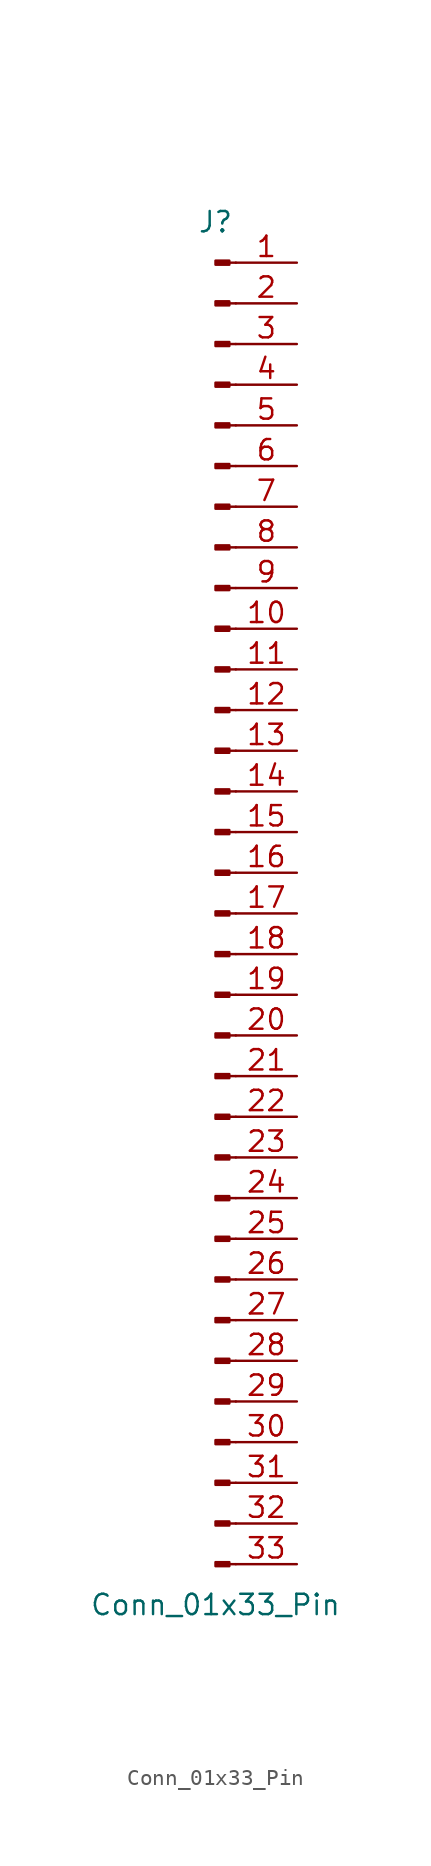
<source format=kicad_sym>
(kicad_symbol_lib
  (version 20220914)
  (generator kicad_symbol_editor)
  (symbol "Conn_01x33_Pin"
    (pin_names
      (offset 1.016) hide)
    (property "Reference" "J"
      (at 0 43.18 0)
      (effects (font (size 1.27 1.27))))
    (property "Value" "Conn_01x33_Pin"
      (at 0 -43.18 0)
      (effects (font (size 1.27 1.27))))
    (property "ki_locked" ""
      (at 0 0 0)
      (effects (font (size 1.27 1.27))))
    (symbol "Conn_01x33_Pin_1_1"
      (polyline (pts (xy 1.27 -40.64) (xy 0.864 -40.64)) (stroke (width 0.152) (type default)) (fill (type none)))
      (polyline (pts (xy 1.27 -38.1) (xy 0.864 -38.1)) (stroke (width 0.152) (type default)) (fill (type none)))
      (polyline (pts (xy 1.27 -35.56) (xy 0.864 -35.56)) (stroke (width 0.152) (type default)) (fill (type none)))
      (polyline (pts (xy 1.27 -33.02) (xy 0.864 -33.02)) (stroke (width 0.152) (type default)) (fill (type none)))
      (polyline (pts (xy 1.27 -30.48) (xy 0.864 -30.48)) (stroke (width 0.152) (type default)) (fill (type none)))
      (polyline (pts (xy 1.27 -27.94) (xy 0.864 -27.94)) (stroke (width 0.152) (type default)) (fill (type none)))
      (polyline (pts (xy 1.27 -25.4) (xy 0.864 -25.4)) (stroke (width 0.152) (type default)) (fill (type none)))
      (polyline (pts (xy 1.27 -22.86) (xy 0.864 -22.86)) (stroke (width 0.152) (type default)) (fill (type none)))
      (polyline (pts (xy 1.27 -20.32) (xy 0.864 -20.32)) (stroke (width 0.152) (type default)) (fill (type none)))
      (polyline (pts (xy 1.27 -17.78) (xy 0.864 -17.78)) (stroke (width 0.152) (type default)) (fill (type none)))
      (polyline (pts (xy 1.27 -15.24) (xy 0.864 -15.24)) (stroke (width 0.152) (type default)) (fill (type none)))
      (polyline (pts (xy 1.27 -12.7) (xy 0.864 -12.7)) (stroke (width 0.152) (type default)) (fill (type none)))
      (polyline (pts (xy 1.27 -10.16) (xy 0.864 -10.16)) (stroke (width 0.152) (type default)) (fill (type none)))
      (polyline (pts (xy 1.27 -7.62) (xy 0.864 -7.62)) (stroke (width 0.152) (type default)) (fill (type none)))
      (polyline (pts (xy 1.27 -5.08) (xy 0.864 -5.08)) (stroke (width 0.152) (type default)) (fill (type none)))
      (polyline (pts (xy 1.27 -2.54) (xy 0.864 -2.54)) (stroke (width 0.152) (type default)) (fill (type none)))
      (polyline (pts (xy 1.27 0) (xy 0.864 0)) (stroke (width 0.152) (type default)) (fill (type none)))
      (polyline (pts (xy 1.27 2.54) (xy 0.864 2.54)) (stroke (width 0.152) (type default)) (fill (type none)))
      (polyline (pts (xy 1.27 5.08) (xy 0.864 5.08)) (stroke (width 0.152) (type default)) (fill (type none)))
      (polyline (pts (xy 1.27 7.62) (xy 0.864 7.62)) (stroke (width 0.152) (type default)) (fill (type none)))
      (polyline (pts (xy 1.27 10.16) (xy 0.864 10.16)) (stroke (width 0.152) (type default)) (fill (type none)))
      (polyline (pts (xy 1.27 12.7) (xy 0.864 12.7)) (stroke (width 0.152) (type default)) (fill (type none)))
      (polyline (pts (xy 1.27 15.24) (xy 0.864 15.24)) (stroke (width 0.152) (type default)) (fill (type none)))
      (polyline (pts (xy 1.27 17.78) (xy 0.864 17.78)) (stroke (width 0.152) (type default)) (fill (type none)))
      (polyline (pts (xy 1.27 20.32) (xy 0.864 20.32)) (stroke (width 0.152) (type default)) (fill (type none)))
      (polyline (pts (xy 1.27 22.86) (xy 0.864 22.86)) (stroke (width 0.152) (type default)) (fill (type none)))
      (polyline (pts (xy 1.27 25.4) (xy 0.864 25.4)) (stroke (width 0.152) (type default)) (fill (type none)))
      (polyline (pts (xy 1.27 27.94) (xy 0.864 27.94)) (stroke (width 0.152) (type default)) (fill (type none)))
      (polyline (pts (xy 1.27 30.48) (xy 0.864 30.48)) (stroke (width 0.152) (type default)) (fill (type none)))
      (polyline (pts (xy 1.27 33.02) (xy 0.864 33.02)) (stroke (width 0.152) (type default)) (fill (type none)))
      (polyline (pts (xy 1.27 35.56) (xy 0.864 35.56)) (stroke (width 0.152) (type default)) (fill (type none)))
      (polyline (pts (xy 1.27 38.1) (xy 0.864 38.1)) (stroke (width 0.152) (type default)) (fill (type none)))
      (polyline (pts (xy 1.27 40.64) (xy 0.864 40.64)) (stroke (width 0.152) (type default)) (fill (type none)))
      (rectangle (start 0.864 -40.513) (end 0 -40.767) (stroke (width 0.152) (type default)) (fill (type outline)))
      (rectangle (start 0.864 -37.973) (end 0 -38.227) (stroke (width 0.152) (type default)) (fill (type outline)))
      (rectangle (start 0.864 -35.433) (end 0 -35.687) (stroke (width 0.152) (type default)) (fill (type outline)))
      (rectangle (start 0.864 -32.893) (end 0 -33.147) (stroke (width 0.152) (type default)) (fill (type outline)))
      (rectangle (start 0.864 -30.353) (end 0 -30.607) (stroke (width 0.152) (type default)) (fill (type outline)))
      (rectangle (start 0.864 -27.813) (end 0 -28.067) (stroke (width 0.152) (type default)) (fill (type outline)))
      (rectangle (start 0.864 -25.273) (end 0 -25.527) (stroke (width 0.152) (type default)) (fill (type outline)))
      (rectangle (start 0.864 -22.733) (end 0 -22.987) (stroke (width 0.152) (type default)) (fill (type outline)))
      (rectangle (start 0.864 -20.193) (end 0 -20.447) (stroke (width 0.152) (type default)) (fill (type outline)))
      (rectangle (start 0.864 -17.653) (end 0 -17.907) (stroke (width 0.152) (type default)) (fill (type outline)))
      (rectangle (start 0.864 -15.113) (end 0 -15.367) (stroke (width 0.152) (type default)) (fill (type outline)))
      (rectangle (start 0.864 -12.573) (end 0 -12.827) (stroke (width 0.152) (type default)) (fill (type outline)))
      (rectangle (start 0.864 -10.033) (end 0 -10.287) (stroke (width 0.152) (type default)) (fill (type outline)))
      (rectangle (start 0.864 -7.493) (end 0 -7.747) (stroke (width 0.152) (type default)) (fill (type outline)))
      (rectangle (start 0.864 -4.953) (end 0 -5.207) (stroke (width 0.152) (type default)) (fill (type outline)))
      (rectangle (start 0.864 -2.413) (end 0 -2.667) (stroke (width 0.152) (type default)) (fill (type outline)))
      (rectangle (start 0.864 0.127) (end 0 -0.127) (stroke (width 0.152) (type default)) (fill (type outline)))
      (rectangle (start 0.864 2.667) (end 0 2.413) (stroke (width 0.152) (type default)) (fill (type outline)))
      (rectangle (start 0.864 5.207) (end 0 4.953) (stroke (width 0.152) (type default)) (fill (type outline)))
      (rectangle (start 0.864 7.747) (end 0 7.493) (stroke (width 0.152) (type default)) (fill (type outline)))
      (rectangle (start 0.864 10.287) (end 0 10.033) (stroke (width 0.152) (type default)) (fill (type outline)))
      (rectangle (start 0.864 12.827) (end 0 12.573) (stroke (width 0.152) (type default)) (fill (type outline)))
      (rectangle (start 0.864 15.367) (end 0 15.113) (stroke (width 0.152) (type default)) (fill (type outline)))
      (rectangle (start 0.864 17.907) (end 0 17.653) (stroke (width 0.152) (type default)) (fill (type outline)))
      (rectangle (start 0.864 20.447) (end 0 20.193) (stroke (width 0.152) (type default)) (fill (type outline)))
      (rectangle (start 0.864 22.987) (end 0 22.733) (stroke (width 0.152) (type default)) (fill (type outline)))
      (rectangle (start 0.864 25.527) (end 0 25.273) (stroke (width 0.152) (type default)) (fill (type outline)))
      (rectangle (start 0.864 28.067) (end 0 27.813) (stroke (width 0.152) (type default)) (fill (type outline)))
      (rectangle (start 0.864 30.607) (end 0 30.353) (stroke (width 0.152) (type default)) (fill (type outline)))
      (rectangle (start 0.864 33.147) (end 0 32.893) (stroke (width 0.152) (type default)) (fill (type outline)))
      (rectangle (start 0.864 35.687) (end 0 35.433) (stroke (width 0.152) (type default)) (fill (type outline)))
      (rectangle (start 0.864 38.227) (end 0 37.973) (stroke (width 0.152) (type default)) (fill (type outline)))
      (rectangle (start 0.864 40.767) (end 0 40.513) (stroke (width 0.152) (type default)) (fill (type outline)))
      (pin passive line (at 5.08 40.64 180) (length 3.81) (name "Pin_1" (effects (font (size 1.27 1.27)))) (number "1" (effects (font (size 1.27 1.27)))))
      (pin passive line (at 5.08 17.78 180) (length 3.81) (name "Pin_10" (effects (font (size 1.27 1.27)))) (number "10" (effects (font (size 1.27 1.27)))))
      (pin passive line (at 5.08 15.24 180) (length 3.81) (name "Pin_11" (effects (font (size 1.27 1.27)))) (number "11" (effects (font (size 1.27 1.27)))))
      (pin passive line (at 5.08 12.7 180) (length 3.81) (name "Pin_12" (effects (font (size 1.27 1.27)))) (number "12" (effects (font (size 1.27 1.27)))))
      (pin passive line (at 5.08 10.16 180) (length 3.81) (name "Pin_13" (effects (font (size 1.27 1.27)))) (number "13" (effects (font (size 1.27 1.27)))))
      (pin passive line (at 5.08 7.62 180) (length 3.81) (name "Pin_14" (effects (font (size 1.27 1.27)))) (number "14" (effects (font (size 1.27 1.27)))))
      (pin passive line (at 5.08 5.08 180) (length 3.81) (name "Pin_15" (effects (font (size 1.27 1.27)))) (number "15" (effects (font (size 1.27 1.27)))))
      (pin passive line (at 5.08 2.54 180) (length 3.81) (name "Pin_16" (effects (font (size 1.27 1.27)))) (number "16" (effects (font (size 1.27 1.27)))))
      (pin passive line (at 5.08 0 180) (length 3.81) (name "Pin_17" (effects (font (size 1.27 1.27)))) (number "17" (effects (font (size 1.27 1.27)))))
      (pin passive line (at 5.08 -2.54 180) (length 3.81) (name "Pin_18" (effects (font (size 1.27 1.27)))) (number "18" (effects (font (size 1.27 1.27)))))
      (pin passive line (at 5.08 -5.08 180) (length 3.81) (name "Pin_19" (effects (font (size 1.27 1.27)))) (number "19" (effects (font (size 1.27 1.27)))))
      (pin passive line (at 5.08 38.1 180) (length 3.81) (name "Pin_2" (effects (font (size 1.27 1.27)))) (number "2" (effects (font (size 1.27 1.27)))))
      (pin passive line (at 5.08 -7.62 180) (length 3.81) (name "Pin_20" (effects (font (size 1.27 1.27)))) (number "20" (effects (font (size 1.27 1.27)))))
      (pin passive line (at 5.08 -10.16 180) (length 3.81) (name "Pin_21" (effects (font (size 1.27 1.27)))) (number "21" (effects (font (size 1.27 1.27)))))
      (pin passive line (at 5.08 -12.7 180) (length 3.81) (name "Pin_22" (effects (font (size 1.27 1.27)))) (number "22" (effects (font (size 1.27 1.27)))))
      (pin passive line (at 5.08 -15.24 180) (length 3.81) (name "Pin_23" (effects (font (size 1.27 1.27)))) (number "23" (effects (font (size 1.27 1.27)))))
      (pin passive line (at 5.08 -17.78 180) (length 3.81) (name "Pin_24" (effects (font (size 1.27 1.27)))) (number "24" (effects (font (size 1.27 1.27)))))
      (pin passive line (at 5.08 -20.32 180) (length 3.81) (name "Pin_25" (effects (font (size 1.27 1.27)))) (number "25" (effects (font (size 1.27 1.27)))))
      (pin passive line (at 5.08 -22.86 180) (length 3.81) (name "Pin_26" (effects (font (size 1.27 1.27)))) (number "26" (effects (font (size 1.27 1.27)))))
      (pin passive line (at 5.08 -25.4 180) (length 3.81) (name "Pin_27" (effects (font (size 1.27 1.27)))) (number "27" (effects (font (size 1.27 1.27)))))
      (pin passive line (at 5.08 -27.94 180) (length 3.81) (name "Pin_28" (effects (font (size 1.27 1.27)))) (number "28" (effects (font (size 1.27 1.27)))))
      (pin passive line (at 5.08 -30.48 180) (length 3.81) (name "Pin_29" (effects (font (size 1.27 1.27)))) (number "29" (effects (font (size 1.27 1.27)))))
      (pin passive line (at 5.08 35.56 180) (length 3.81) (name "Pin_3" (effects (font (size 1.27 1.27)))) (number "3" (effects (font (size 1.27 1.27)))))
      (pin passive line (at 5.08 -33.02 180) (length 3.81) (name "Pin_30" (effects (font (size 1.27 1.27)))) (number "30" (effects (font (size 1.27 1.27)))))
      (pin passive line (at 5.08 -35.56 180) (length 3.81) (name "Pin_31" (effects (font (size 1.27 1.27)))) (number "31" (effects (font (size 1.27 1.27)))))
      (pin passive line (at 5.08 -38.1 180) (length 3.81) (name "Pin_32" (effects (font (size 1.27 1.27)))) (number "32" (effects (font (size 1.27 1.27)))))
      (pin passive line (at 5.08 -40.64 180) (length 3.81) (name "Pin_33" (effects (font (size 1.27 1.27)))) (number "33" (effects (font (size 1.27 1.27)))))
      (pin passive line (at 5.08 33.02 180) (length 3.81) (name "Pin_4" (effects (font (size 1.27 1.27)))) (number "4" (effects (font (size 1.27 1.27)))))
      (pin passive line (at 5.08 30.48 180) (length 3.81) (name "Pin_5" (effects (font (size 1.27 1.27)))) (number "5" (effects (font (size 1.27 1.27)))))
      (pin passive line (at 5.08 27.94 180) (length 3.81) (name "Pin_6" (effects (font (size 1.27 1.27)))) (number "6" (effects (font (size 1.27 1.27)))))
      (pin passive line (at 5.08 25.4 180) (length 3.81) (name "Pin_7" (effects (font (size 1.27 1.27)))) (number "7" (effects (font (size 1.27 1.27)))))
      (pin passive line (at 5.08 22.86 180) (length 3.81) (name "Pin_8" (effects (font (size 1.27 1.27)))) (number "8" (effects (font (size 1.27 1.27)))))
      (pin passive line (at 5.08 20.32 180) (length 3.81) (name "Pin_9" (effects (font (size 1.27 1.27)))) (number "9" (effects (font (size 1.27 1.27))))))))
</source>
